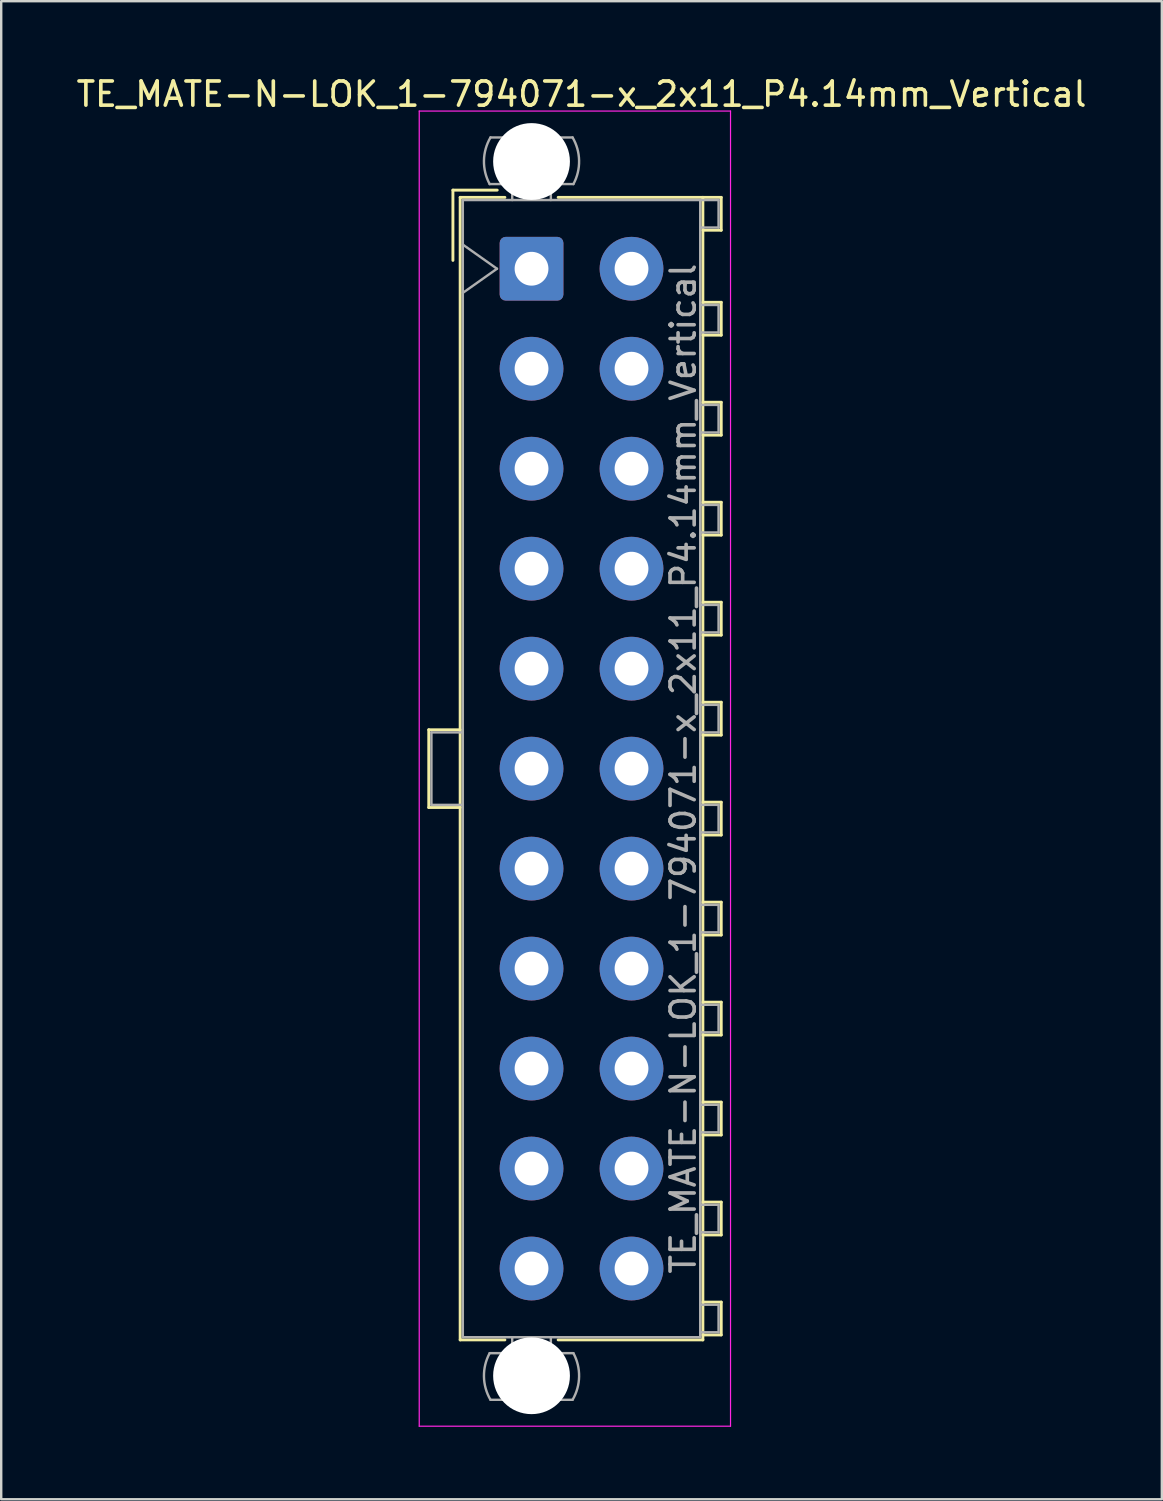
<source format=kicad_pcb>
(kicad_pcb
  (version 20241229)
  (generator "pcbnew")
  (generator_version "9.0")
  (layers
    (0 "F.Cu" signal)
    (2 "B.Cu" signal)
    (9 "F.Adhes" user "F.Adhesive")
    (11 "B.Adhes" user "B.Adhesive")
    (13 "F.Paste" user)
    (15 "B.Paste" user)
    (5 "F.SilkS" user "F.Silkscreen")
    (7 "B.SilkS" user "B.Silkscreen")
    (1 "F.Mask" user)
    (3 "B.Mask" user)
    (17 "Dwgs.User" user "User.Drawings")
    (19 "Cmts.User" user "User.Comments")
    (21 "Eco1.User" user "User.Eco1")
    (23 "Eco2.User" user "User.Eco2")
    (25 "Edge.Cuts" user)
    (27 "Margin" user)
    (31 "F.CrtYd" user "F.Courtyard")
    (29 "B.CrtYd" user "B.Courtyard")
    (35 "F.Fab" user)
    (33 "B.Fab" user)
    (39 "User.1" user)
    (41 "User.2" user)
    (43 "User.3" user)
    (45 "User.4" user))
  (footprint "TE_MATE-N-LOK_1-794071-x_2x11_P4.14mm_Vertical"
    (layer "F.Cu")
    (at 18.96 8.078)
    (property "Reference" "TE_MATE-N-LOK_1-794071-x_2x11_P4.14mm_Vertical" (at 2.07 -7.23 0) (layer "F.SilkS") (effects (font (size 1 1) (thickness 0.15))))
    (attr through_hole)
    (fp_line (start -4.255 19.09) (end -4.255 22.31) (stroke (width 0.12) (type solid)) (layer "F.SilkS"))
    (fp_line (start -4.255 22.31) (end -2.955 22.31) (stroke (width 0.12) (type solid)) (layer "F.SilkS"))
    (fp_line (start -3.255 -3.255) (end -3.255 -0.345) (stroke (width 0.12) (type solid)) (layer "F.SilkS"))
    (fp_line (start -2.955 -2.955) (end -2.955 44.355) (stroke (width 0.12) (type solid)) (layer "F.SilkS"))
    (fp_line (start -2.955 19.09) (end -4.255 19.09) (stroke (width 0.12) (type solid)) (layer "F.SilkS"))
    (fp_line (start -2.955 44.355) (end -1.103 44.355) (stroke (width 0.12) (type solid)) (layer "F.SilkS"))
    (fp_line (start -1.421 -3.255) (end -3.255 -3.255) (stroke (width 0.12) (type solid)) (layer "F.SilkS"))
    (fp_line (start -1.103 -2.955) (end -2.955 -2.955) (stroke (width 0.12) (type solid)) (layer "F.SilkS"))
    (fp_line (start 1.103 -2.955) (end 7.095 -2.955) (stroke (width 0.12) (type solid)) (layer "F.SilkS"))
    (fp_line (start 7.095 -2.955) (end 7.095 44.355) (stroke (width 0.12) (type solid)) (layer "F.SilkS"))
    (fp_line (start 7.095 -2.955) (end 7.855 -2.955) (stroke (width 0.12) (type solid)) (layer "F.SilkS"))
    (fp_line (start 7.095 1.39) (end 7.855 1.39) (stroke (width 0.12) (type solid)) (layer "F.SilkS"))
    (fp_line (start 7.095 5.53) (end 7.855 5.53) (stroke (width 0.12) (type solid)) (layer "F.SilkS"))
    (fp_line (start 7.095 9.67) (end 7.855 9.67) (stroke (width 0.12) (type solid)) (layer "F.SilkS"))
    (fp_line (start 7.095 13.81) (end 7.855 13.81) (stroke (width 0.12) (type solid)) (layer "F.SilkS"))
    (fp_line (start 7.095 17.95) (end 7.855 17.95) (stroke (width 0.12) (type solid)) (layer "F.SilkS"))
    (fp_line (start 7.095 22.09) (end 7.855 22.09) (stroke (width 0.12) (type solid)) (layer "F.SilkS"))
    (fp_line (start 7.095 26.23) (end 7.855 26.23) (stroke (width 0.12) (type solid)) (layer "F.SilkS"))
    (fp_line (start 7.095 30.37) (end 7.855 30.37) (stroke (width 0.12) (type solid)) (layer "F.SilkS"))
    (fp_line (start 7.095 34.51) (end 7.855 34.51) (stroke (width 0.12) (type solid)) (layer "F.SilkS"))
    (fp_line (start 7.095 38.65) (end 7.855 38.65) (stroke (width 0.12) (type solid)) (layer "F.SilkS"))
    (fp_line (start 7.095 42.79) (end 7.855 42.79) (stroke (width 0.12) (type solid)) (layer "F.SilkS"))
    (fp_line (start 7.095 44.355) (end 1.103 44.355) (stroke (width 0.12) (type solid)) (layer "F.SilkS"))
    (fp_line (start 7.855 -2.955) (end 7.855 -1.595) (stroke (width 0.12) (type solid)) (layer "F.SilkS"))
    (fp_line (start 7.855 -1.595) (end 7.095 -1.595) (stroke (width 0.12) (type solid)) (layer "F.SilkS"))
    (fp_line (start 7.855 1.39) (end 7.855 2.75) (stroke (width 0.12) (type solid)) (layer "F.SilkS"))
    (fp_line (start 7.855 2.75) (end 7.095 2.75) (stroke (width 0.12) (type solid)) (layer "F.SilkS"))
    (fp_line (start 7.855 5.53) (end 7.855 6.89) (stroke (width 0.12) (type solid)) (layer "F.SilkS"))
    (fp_line (start 7.855 6.89) (end 7.095 6.89) (stroke (width 0.12) (type solid)) (layer "F.SilkS"))
    (fp_line (start 7.855 9.67) (end 7.855 11.03) (stroke (width 0.12) (type solid)) (layer "F.SilkS"))
    (fp_line (start 7.855 11.03) (end 7.095 11.03) (stroke (width 0.12) (type solid)) (layer "F.SilkS"))
    (fp_line (start 7.855 13.81) (end 7.855 15.17) (stroke (width 0.12) (type solid)) (layer "F.SilkS"))
    (fp_line (start 7.855 15.17) (end 7.095 15.17) (stroke (width 0.12) (type solid)) (layer "F.SilkS"))
    (fp_line (start 7.855 17.95) (end 7.855 19.31) (stroke (width 0.12) (type solid)) (layer "F.SilkS"))
    (fp_line (start 7.855 19.31) (end 7.095 19.31) (stroke (width 0.12) (type solid)) (layer "F.SilkS"))
    (fp_line (start 7.855 22.09) (end 7.855 23.45) (stroke (width 0.12) (type solid)) (layer "F.SilkS"))
    (fp_line (start 7.855 23.45) (end 7.095 23.45) (stroke (width 0.12) (type solid)) (layer "F.SilkS"))
    (fp_line (start 7.855 26.23) (end 7.855 27.59) (stroke (width 0.12) (type solid)) (layer "F.SilkS"))
    (fp_line (start 7.855 27.59) (end 7.095 27.59) (stroke (width 0.12) (type solid)) (layer "F.SilkS"))
    (fp_line (start 7.855 30.37) (end 7.855 31.73) (stroke (width 0.12) (type solid)) (layer "F.SilkS"))
    (fp_line (start 7.855 31.73) (end 7.095 31.73) (stroke (width 0.12) (type solid)) (layer "F.SilkS"))
    (fp_line (start 7.855 34.51) (end 7.855 35.87) (stroke (width 0.12) (type solid)) (layer "F.SilkS"))
    (fp_line (start 7.855 35.87) (end 7.095 35.87) (stroke (width 0.12) (type solid)) (layer "F.SilkS"))
    (fp_line (start 7.855 38.65) (end 7.855 40.01) (stroke (width 0.12) (type solid)) (layer "F.SilkS"))
    (fp_line (start 7.855 40.01) (end 7.095 40.01) (stroke (width 0.12) (type solid)) (layer "F.SilkS"))
    (fp_line (start 7.855 42.79) (end 7.855 44.15) (stroke (width 0.12) (type solid)) (layer "F.SilkS"))
    (fp_line (start 7.855 44.15) (end 7.095 44.15) (stroke (width 0.12) (type solid)) (layer "F.SilkS"))
    (fp_line (start -4.65 -6.53) (end -4.65 47.93) (stroke (width 0.05) (type solid)) (layer "F.CrtYd"))
    (fp_line (start -4.65 47.93) (end 8.24 47.93) (stroke (width 0.05) (type solid)) (layer "F.CrtYd"))
    (fp_line (start 8.24 -6.53) (end -4.65 -6.53) (stroke (width 0.05) (type solid)) (layer "F.CrtYd"))
    (fp_line (start 8.24 47.93) (end 8.24 -6.53) (stroke (width 0.05) (type solid)) (layer "F.CrtYd"))
    (fp_line (start -4.145 19.2) (end -4.145 22.2) (stroke (width 0.1) (type solid)) (layer "F.Fab"))
    (fp_line (start -4.145 22.2) (end -2.845 22.2) (stroke (width 0.1) (type solid)) (layer "F.Fab"))
    (fp_line (start -2.845 -2.845) (end -2.845 44.245) (stroke (width 0.1) (type solid)) (layer "F.Fab"))
    (fp_line (start -2.845 -1) (end -1.431 0) (stroke (width 0.1) (type solid)) (layer "F.Fab"))
    (fp_line (start -2.845 19.2) (end -4.145 19.2) (stroke (width 0.1) (type solid)) (layer "F.Fab"))
    (fp_line (start -2.845 44.245) (end 6.985 44.245) (stroke (width 0.1) (type solid)) (layer "F.Fab"))
    (fp_line (start -1.431 0) (end -2.845 1) (stroke (width 0.1) (type solid)) (layer "F.Fab"))
    (fp_line (start -0.8 -2.845) (end -0.8 -3.505) (stroke (width 0.1) (type solid)) (layer "F.Fab"))
    (fp_line (start -0.8 44.245) (end -0.8 44.905) (stroke (width 0.1) (type solid)) (layer "F.Fab"))
    (fp_line (start 0.8 -2.845) (end 0.8 -3.505) (stroke (width 0.1) (type solid)) (layer "F.Fab"))
    (fp_line (start 0.8 44.245) (end 0.8 44.905) (stroke (width 0.1) (type solid)) (layer "F.Fab"))
    (fp_line (start 1.7 -5.436) (end -1.7 -5.436) (stroke (width 0.1) (type solid)) (layer "F.Fab"))
    (fp_line (start 1.7 46.836) (end -1.7 46.836) (stroke (width 0.1) (type solid)) (layer "F.Fab"))
    (fp_line (start 1.734 -3.505) (end -1.734 -3.505) (stroke (width 0.1) (type solid)) (layer "F.Fab"))
    (fp_line (start 1.734 44.905) (end -1.734 44.905) (stroke (width 0.1) (type solid)) (layer "F.Fab"))
    (fp_line (start 6.985 -2.845) (end -2.845 -2.845) (stroke (width 0.1) (type solid)) (layer "F.Fab"))
    (fp_line (start 6.985 -2.845) (end 7.745 -2.845) (stroke (width 0.1) (type solid)) (layer "F.Fab"))
    (fp_line (start 6.985 1.5) (end 7.745 1.5) (stroke (width 0.1) (type solid)) (layer "F.Fab"))
    (fp_line (start 6.985 5.64) (end 7.745 5.64) (stroke (width 0.1) (type solid)) (layer "F.Fab"))
    (fp_line (start 6.985 9.78) (end 7.745 9.78) (stroke (width 0.1) (type solid)) (layer "F.Fab"))
    (fp_line (start 6.985 13.92) (end 7.745 13.92) (stroke (width 0.1) (type solid)) (layer "F.Fab"))
    (fp_line (start 6.985 18.06) (end 7.745 18.06) (stroke (width 0.1) (type solid)) (layer "F.Fab"))
    (fp_line (start 6.985 22.2) (end 7.745 22.2) (stroke (width 0.1) (type solid)) (layer "F.Fab"))
    (fp_line (start 6.985 26.34) (end 7.745 26.34) (stroke (width 0.1) (type solid)) (layer "F.Fab"))
    (fp_line (start 6.985 30.48) (end 7.745 30.48) (stroke (width 0.1) (type solid)) (layer "F.Fab"))
    (fp_line (start 6.985 34.62) (end 7.745 34.62) (stroke (width 0.1) (type solid)) (layer "F.Fab"))
    (fp_line (start 6.985 38.76) (end 7.745 38.76) (stroke (width 0.1) (type solid)) (layer "F.Fab"))
    (fp_line (start 6.985 42.9) (end 7.745 42.9) (stroke (width 0.1) (type solid)) (layer "F.Fab"))
    (fp_line (start 6.985 44.245) (end 6.985 -2.845) (stroke (width 0.1) (type solid)) (layer "F.Fab"))
    (fp_line (start 7.745 -2.845) (end 7.745 -1.705) (stroke (width 0.1) (type solid)) (layer "F.Fab"))
    (fp_line (start 7.745 -1.705) (end 6.985 -1.705) (stroke (width 0.1) (type solid)) (layer "F.Fab"))
    (fp_line (start 7.745 1.5) (end 7.745 2.64) (stroke (width 0.1) (type solid)) (layer "F.Fab"))
    (fp_line (start 7.745 2.64) (end 6.985 2.64) (stroke (width 0.1) (type solid)) (layer "F.Fab"))
    (fp_line (start 7.745 5.64) (end 7.745 6.78) (stroke (width 0.1) (type solid)) (layer "F.Fab"))
    (fp_line (start 7.745 6.78) (end 6.985 6.78) (stroke (width 0.1) (type solid)) (layer "F.Fab"))
    (fp_line (start 7.745 9.78) (end 7.745 10.92) (stroke (width 0.1) (type solid)) (layer "F.Fab"))
    (fp_line (start 7.745 10.92) (end 6.985 10.92) (stroke (width 0.1) (type solid)) (layer "F.Fab"))
    (fp_line (start 7.745 13.92) (end 7.745 15.06) (stroke (width 0.1) (type solid)) (layer "F.Fab"))
    (fp_line (start 7.745 15.06) (end 6.985 15.06) (stroke (width 0.1) (type solid)) (layer "F.Fab"))
    (fp_line (start 7.745 18.06) (end 7.745 19.2) (stroke (width 0.1) (type solid)) (layer "F.Fab"))
    (fp_line (start 7.745 19.2) (end 6.985 19.2) (stroke (width 0.1) (type solid)) (layer "F.Fab"))
    (fp_line (start 7.745 22.2) (end 7.745 23.34) (stroke (width 0.1) (type solid)) (layer "F.Fab"))
    (fp_line (start 7.745 23.34) (end 6.985 23.34) (stroke (width 0.1) (type solid)) (layer "F.Fab"))
    (fp_line (start 7.745 26.34) (end 7.745 27.48) (stroke (width 0.1) (type solid)) (layer "F.Fab"))
    (fp_line (start 7.745 27.48) (end 6.985 27.48) (stroke (width 0.1) (type solid)) (layer "F.Fab"))
    (fp_line (start 7.745 30.48) (end 7.745 31.62) (stroke (width 0.1) (type solid)) (layer "F.Fab"))
    (fp_line (start 7.745 31.62) (end 6.985 31.62) (stroke (width 0.1) (type solid)) (layer "F.Fab"))
    (fp_line (start 7.745 34.62) (end 7.745 35.76) (stroke (width 0.1) (type solid)) (layer "F.Fab"))
    (fp_line (start 7.745 35.76) (end 6.985 35.76) (stroke (width 0.1) (type solid)) (layer "F.Fab"))
    (fp_line (start 7.745 38.76) (end 7.745 39.9) (stroke (width 0.1) (type solid)) (layer "F.Fab"))
    (fp_line (start 7.745 39.9) (end 6.985 39.9) (stroke (width 0.1) (type solid)) (layer "F.Fab"))
    (fp_line (start 7.745 42.9) (end 7.745 44.04) (stroke (width 0.1) (type solid)) (layer "F.Fab"))
    (fp_line (start 7.745 44.04) (end 6.985 44.04) (stroke (width 0.1) (type solid)) (layer "F.Fab"))
    (fp_arc (start -1.733977 -3.505) (mid -1.96969 -4.474992) (end -1.699672 -5.436) (stroke (width 0.1) (type solid)) (layer "F.Fab"))
    (fp_arc (start -1.699672 46.836) (mid -1.969689 45.874992) (end -1.733977 44.905) (stroke (width 0.1) (type solid)) (layer "F.Fab"))
    (fp_arc (start 1.699672 -5.436) (mid 1.969689 -4.474992) (end 1.733977 -3.505) (stroke (width 0.1) (type solid)) (layer "F.Fab"))
    (fp_arc (start 1.733977 44.905) (mid 1.96969 45.874992) (end 1.699672 46.836) (stroke (width 0.1) (type solid)) (layer "F.Fab"))
    (fp_text user "${REFERENCE}" (at 6.28 20.7 90) (layer "F.Fab") (effects (font (size 1 1) (thickness 0.15))))
    (pad "" np_thru_hole circle (at 0 -4.44) (size 3.18 3.18) (drill 3.18) (layers "*.Cu" "*.Mask"))
    (pad "" np_thru_hole circle (at 0 45.84) (size 3.18 3.18) (drill 3.18) (layers "*.Cu" "*.Mask"))
    (pad "1" thru_hole roundrect (at 0 0) (size 2.64 2.64) (drill 1.4) (layers "*.Cu" "*.Mask") (roundrect_rratio 0.095))
    (pad "2" thru_hole circle (at 0 4.14) (size 2.64 2.64) (drill 1.4) (layers "*.Cu" "*.Mask"))
    (pad "3" thru_hole circle (at 0 8.28) (size 2.64 2.64) (drill 1.4) (layers "*.Cu" "*.Mask"))
    (pad "4" thru_hole circle (at 0 12.42) (size 2.64 2.64) (drill 1.4) (layers "*.Cu" "*.Mask"))
    (pad "5" thru_hole circle (at 0 16.56) (size 2.64 2.64) (drill 1.4) (layers "*.Cu" "*.Mask"))
    (pad "6" thru_hole circle (at 0 20.7) (size 2.64 2.64) (drill 1.4) (layers "*.Cu" "*.Mask"))
    (pad "7" thru_hole circle (at 0 24.84) (size 2.64 2.64) (drill 1.4) (layers "*.Cu" "*.Mask"))
    (pad "8" thru_hole circle (at 0 28.98) (size 2.64 2.64) (drill 1.4) (layers "*.Cu" "*.Mask"))
    (pad "9" thru_hole circle (at 0 33.12) (size 2.64 2.64) (drill 1.4) (layers "*.Cu" "*.Mask"))
    (pad "10" thru_hole circle (at 0 37.26) (size 2.64 2.64) (drill 1.4) (layers "*.Cu" "*.Mask"))
    (pad "11" thru_hole circle (at 0 41.4) (size 2.64 2.64) (drill 1.4) (layers "*.Cu" "*.Mask"))
    (pad "12" thru_hole circle (at 4.14 0) (size 2.64 2.64) (drill 1.4) (layers "*.Cu" "*.Mask"))
    (pad "13" thru_hole circle (at 4.14 4.14) (size 2.64 2.64) (drill 1.4) (layers "*.Cu" "*.Mask"))
    (pad "14" thru_hole circle (at 4.14 8.28) (size 2.64 2.64) (drill 1.4) (layers "*.Cu" "*.Mask"))
    (pad "15" thru_hole circle (at 4.14 12.42) (size 2.64 2.64) (drill 1.4) (layers "*.Cu" "*.Mask"))
    (pad "16" thru_hole circle (at 4.14 16.56) (size 2.64 2.64) (drill 1.4) (layers "*.Cu" "*.Mask"))
    (pad "17" thru_hole circle (at 4.14 20.7) (size 2.64 2.64) (drill 1.4) (layers "*.Cu" "*.Mask"))
    (pad "18" thru_hole circle (at 4.14 24.84) (size 2.64 2.64) (drill 1.4) (layers "*.Cu" "*.Mask"))
    (pad "19" thru_hole circle (at 4.14 28.98) (size 2.64 2.64) (drill 1.4) (layers "*.Cu" "*.Mask"))
    (pad "20" thru_hole circle (at 4.14 33.12) (size 2.64 2.64) (drill 1.4) (layers "*.Cu" "*.Mask"))
    (pad "21" thru_hole circle (at 4.14 37.26) (size 2.64 2.64) (drill 1.4) (layers "*.Cu" "*.Mask"))
    (pad "22" thru_hole circle (at 4.14 41.4) (size 2.64 2.64) (drill 1.4) (layers "*.Cu" "*.Mask")))
  (gr_rect
    (start -3 -3)
    (end 45.06 59.033)
    (stroke (width 0.1) (type default))
    (fill no)
    (layer "Edge.Cuts")))
</source>
